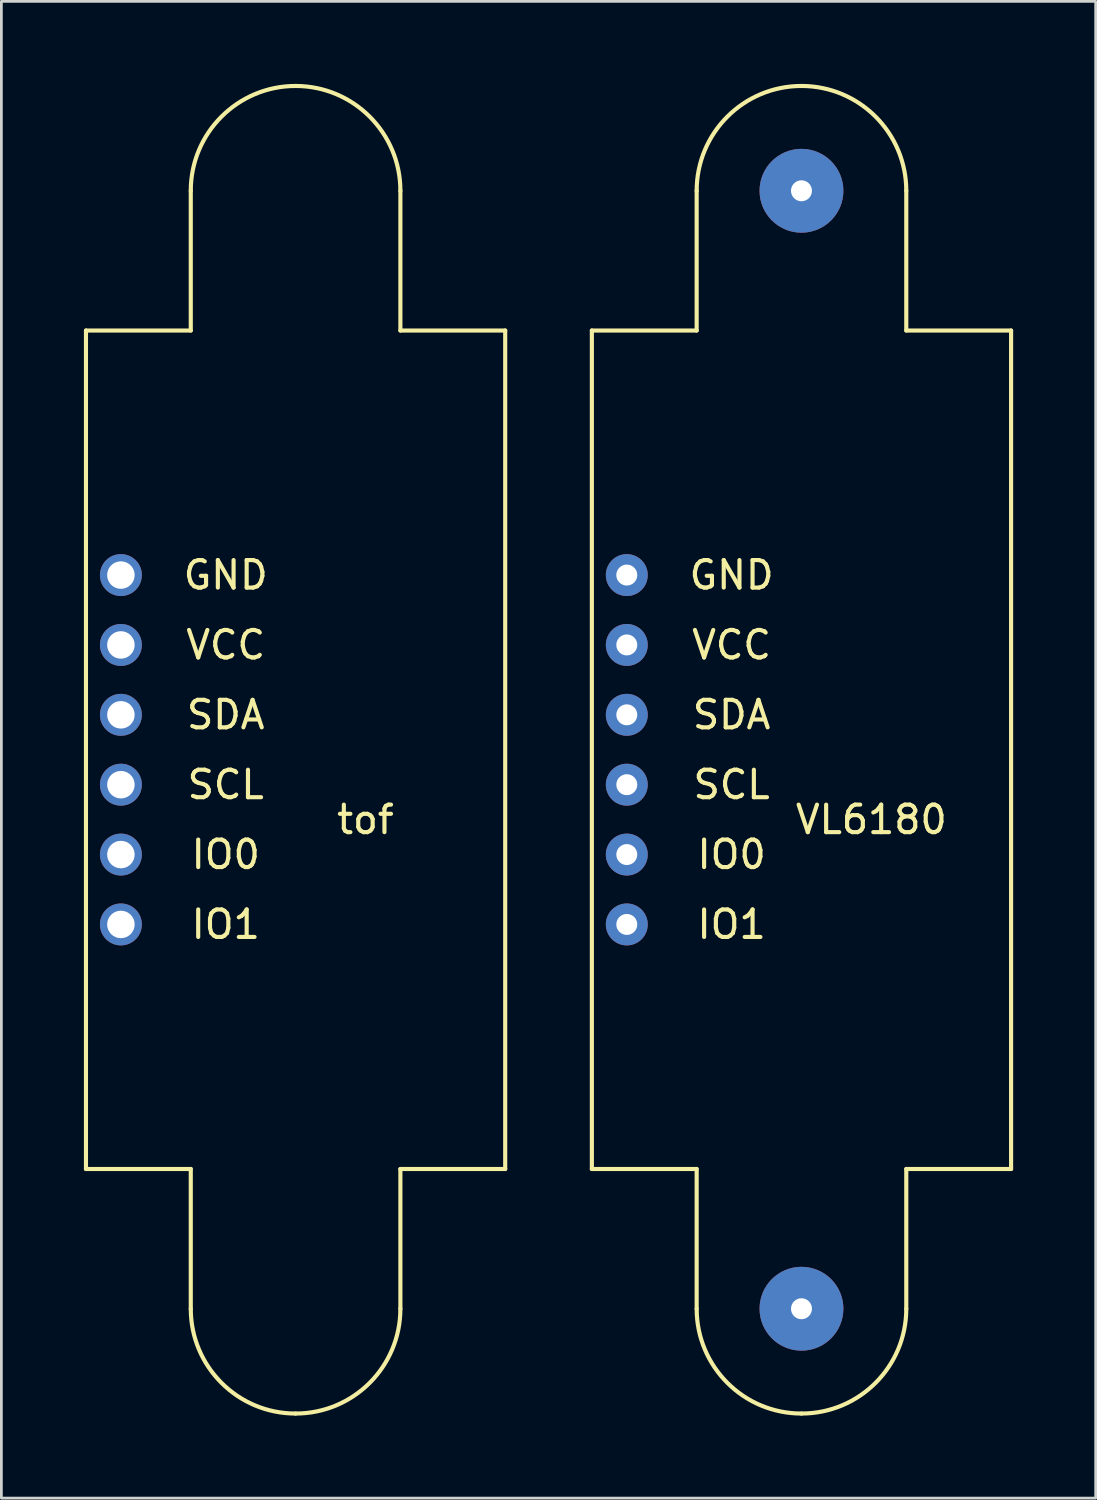
<source format=kicad_pcb>
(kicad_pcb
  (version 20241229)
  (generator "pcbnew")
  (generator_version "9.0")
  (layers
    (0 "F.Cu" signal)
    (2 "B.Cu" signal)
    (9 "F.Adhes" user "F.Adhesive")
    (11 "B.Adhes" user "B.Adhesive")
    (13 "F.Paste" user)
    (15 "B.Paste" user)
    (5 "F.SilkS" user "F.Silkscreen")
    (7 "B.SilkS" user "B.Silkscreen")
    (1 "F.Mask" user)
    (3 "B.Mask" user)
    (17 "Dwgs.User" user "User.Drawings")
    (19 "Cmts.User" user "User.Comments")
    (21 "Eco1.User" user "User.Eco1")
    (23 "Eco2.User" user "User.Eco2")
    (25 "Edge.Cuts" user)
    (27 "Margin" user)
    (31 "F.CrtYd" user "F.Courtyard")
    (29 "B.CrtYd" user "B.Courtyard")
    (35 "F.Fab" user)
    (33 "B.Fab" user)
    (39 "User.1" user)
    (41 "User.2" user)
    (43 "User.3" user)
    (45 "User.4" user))
  (footprint "tof"
    (layer "F.Cu")
    (at 3.885 24.205)
    (property "Reference" "tof" (at 6.35 2.54 0) (layer "F.SilkS") (effects (font (size 1 1) (thickness 0.15))))
    (attr through_hole)
    (fp_line (start -3.81 -15.24) (end -3.81 15.24) (stroke (width 0.15) (type solid)) (layer "F.SilkS"))
    (fp_line (start -3.81 -15.24) (end 0 -15.24) (stroke (width 0.15) (type solid)) (layer "F.SilkS"))
    (fp_line (start -3.81 15.24) (end 0 15.24) (stroke (width 0.15) (type solid)) (layer "F.SilkS"))
    (fp_line (start 0 -15.24) (end 0 -20.32) (stroke (width 0.15) (type solid)) (layer "F.SilkS"))
    (fp_line (start 0 15.24) (end 0 20.32) (stroke (width 0.15) (type solid)) (layer "F.SilkS"))
    (fp_line (start 7.62 -15.24) (end 7.62 -20.32) (stroke (width 0.15) (type solid)) (layer "F.SilkS"))
    (fp_line (start 7.62 15.24) (end 7.62 20.32) (stroke (width 0.15) (type solid)) (layer "F.SilkS"))
    (fp_line (start 11.43 -15.24) (end 7.62 -15.24) (stroke (width 0.15) (type solid)) (layer "F.SilkS"))
    (fp_line (start 11.43 15.24) (end 7.62 15.24) (stroke (width 0.15) (type solid)) (layer "F.SilkS"))
    (fp_line (start 11.43 15.24) (end 11.43 -15.24) (stroke (width 0.15) (type solid)) (layer "F.SilkS"))
    (fp_arc (start 0 -20.32) (mid 1.115923 -23.014077) (end 3.81 -24.13) (stroke (width 0.15) (type solid)) (layer "F.SilkS"))
    (fp_arc (start 3.81 -24.13) (mid 6.504077 -23.014077) (end 7.62 -20.32) (stroke (width 0.15) (type solid)) (layer "F.SilkS"))
    (fp_arc (start 3.81 24.13) (mid 1.115923 23.014077) (end 0 20.32) (stroke (width 0.15) (type solid)) (layer "F.SilkS"))
    (fp_arc (start 7.62 20.32) (mid 6.504077 23.014077) (end 3.81 24.13) (stroke (width 0.15) (type solid)) (layer "F.SilkS"))
    (fp_text user "SCL" (at 1.27 1.27 180) (layer "F.SilkS") (effects (font (size 1 1) (thickness 0.15))))
    (fp_text user "SDA" (at 1.27 -1.27 0) (layer "F.SilkS") (effects (font (size 1 1) (thickness 0.15))))
    (fp_text user "IO1" (at 1.27 6.35 180) (layer "F.SilkS") (effects (font (size 1 1) (thickness 0.15))))
    (fp_text user "GND" (at 1.27 -6.35 0) (layer "F.SilkS") (effects (font (size 1 1) (thickness 0.15))))
    (fp_text user "IO0" (at 1.27 3.81 180) (layer "F.SilkS") (effects (font (size 1 1) (thickness 0.15))))
    (fp_text user "VCC" (at 1.27 -3.81 0) (layer "F.SilkS") (effects (font (size 1 1) (thickness 0.15))))
    (pad "1" thru_hole circle (at -2.54 6.35) (size 1.524 1.524) (drill 1) (layers "*.Cu" "*.Mask"))
    (pad "2" thru_hole circle (at -2.54 3.81) (size 1.524 1.524) (drill 1) (layers "*.Cu" "*.Mask"))
    (pad "3" thru_hole circle (at -2.54 1.27) (size 1.524 1.524) (drill 1) (layers "*.Cu" "*.Mask"))
    (pad "4" thru_hole circle (at -2.54 -1.27) (size 1.524 1.524) (drill 1) (layers "*.Cu" "*.Mask"))
    (pad "5" thru_hole circle (at -2.54 -3.81) (size 1.524 1.524) (drill 1) (layers "*.Cu" "*.Mask"))
    (pad "6" thru_hole circle (at -2.54 -6.35) (size 1.524 1.524) (drill 1) (layers "*.Cu" "*.Mask")))
  (footprint "VL6180"
    (layer "F.Cu")
    (at 22.275 24.205)
    (property "Reference" "VL6180" (at 6.35 2.54 0) (layer "F.SilkS") (effects (font (size 1 1) (thickness 0.15))))
    (attr through_hole)
    (fp_line (start -3.81 -15.24) (end -3.81 15.24) (stroke (width 0.15) (type solid)) (layer "F.SilkS"))
    (fp_line (start -3.81 -15.24) (end 0 -15.24) (stroke (width 0.15) (type solid)) (layer "F.SilkS"))
    (fp_line (start -3.81 15.24) (end 0 15.24) (stroke (width 0.15) (type solid)) (layer "F.SilkS"))
    (fp_line (start 0 -15.24) (end 0 -20.32) (stroke (width 0.15) (type solid)) (layer "F.SilkS"))
    (fp_line (start 0 15.24) (end 0 20.32) (stroke (width 0.15) (type solid)) (layer "F.SilkS"))
    (fp_line (start 7.62 -15.24) (end 7.62 -20.32) (stroke (width 0.15) (type solid)) (layer "F.SilkS"))
    (fp_line (start 7.62 15.24) (end 7.62 20.32) (stroke (width 0.15) (type solid)) (layer "F.SilkS"))
    (fp_line (start 11.43 -15.24) (end 7.62 -15.24) (stroke (width 0.15) (type solid)) (layer "F.SilkS"))
    (fp_line (start 11.43 15.24) (end 7.62 15.24) (stroke (width 0.15) (type solid)) (layer "F.SilkS"))
    (fp_line (start 11.43 15.24) (end 11.43 -15.24) (stroke (width 0.15) (type solid)) (layer "F.SilkS"))
    (fp_arc (start 0 -20.32) (mid 1.115923 -23.014077) (end 3.81 -24.13) (stroke (width 0.15) (type solid)) (layer "F.SilkS"))
    (fp_arc (start 3.81 -24.13) (mid 6.504077 -23.014077) (end 7.62 -20.32) (stroke (width 0.15) (type solid)) (layer "F.SilkS"))
    (fp_arc (start 3.81 24.13) (mid 1.115923 23.014077) (end 0 20.32) (stroke (width 0.15) (type solid)) (layer "F.SilkS"))
    (fp_arc (start 7.62 20.32) (mid 6.504077 23.014077) (end 3.81 24.13) (stroke (width 0.15) (type solid)) (layer "F.SilkS"))
    (fp_text user "VCC" (at 1.27 -3.81 0) (layer "F.SilkS") (effects (font (size 1 1) (thickness 0.15))))
    (fp_text user "IO1" (at 1.27 6.35 180) (layer "F.SilkS") (effects (font (size 1 1) (thickness 0.15))))
    (fp_text user "SDA" (at 1.27 -1.27 0) (layer "F.SilkS") (effects (font (size 1 1) (thickness 0.15))))
    (fp_text user "GND" (at 1.27 -6.35 0) (layer "F.SilkS") (effects (font (size 1 1) (thickness 0.15))))
    (fp_text user "IO0" (at 1.27 3.81 180) (layer "F.SilkS") (effects (font (size 1 1) (thickness 0.15))))
    (fp_text user "SCL" (at 1.27 1.27 180) (layer "F.SilkS") (effects (font (size 1 1) (thickness 0.15))))
    (pad "" np_thru_hole circle (at 3.81 -20.32) (size 3.048 3.048) (drill 0.762) (layers "*.Cu" "*.Mask"))
    (pad "" np_thru_hole circle (at 3.81 20.32) (size 3.048 3.048) (drill 0.762) (layers "*.Cu" "*.Mask"))
    (pad "1" thru_hole circle (at -2.54 6.35) (size 1.524 1.524) (drill 0.762) (layers "*.Cu" "*.Mask"))
    (pad "2" thru_hole circle (at -2.54 3.81) (size 1.524 1.524) (drill 0.762) (layers "*.Cu" "*.Mask"))
    (pad "3" thru_hole circle (at -2.54 1.27) (size 1.524 1.524) (drill 0.762) (layers "*.Cu" "*.Mask"))
    (pad "4" thru_hole circle (at -2.54 -1.27) (size 1.524 1.524) (drill 0.762) (layers "*.Cu" "*.Mask"))
    (pad "5" thru_hole circle (at -2.54 -3.81) (size 1.524 1.524) (drill 0.762) (layers "*.Cu" "*.Mask"))
    (pad "6" thru_hole circle (at -2.54 -6.35) (size 1.524 1.524) (drill 0.762) (layers "*.Cu" "*.Mask")))
  (gr_rect
    (start -3 -3)
    (end 36.78 51.41)
    (stroke (width 0.1) (type default))
    (fill no)
    (layer "Edge.Cuts")))
</source>
